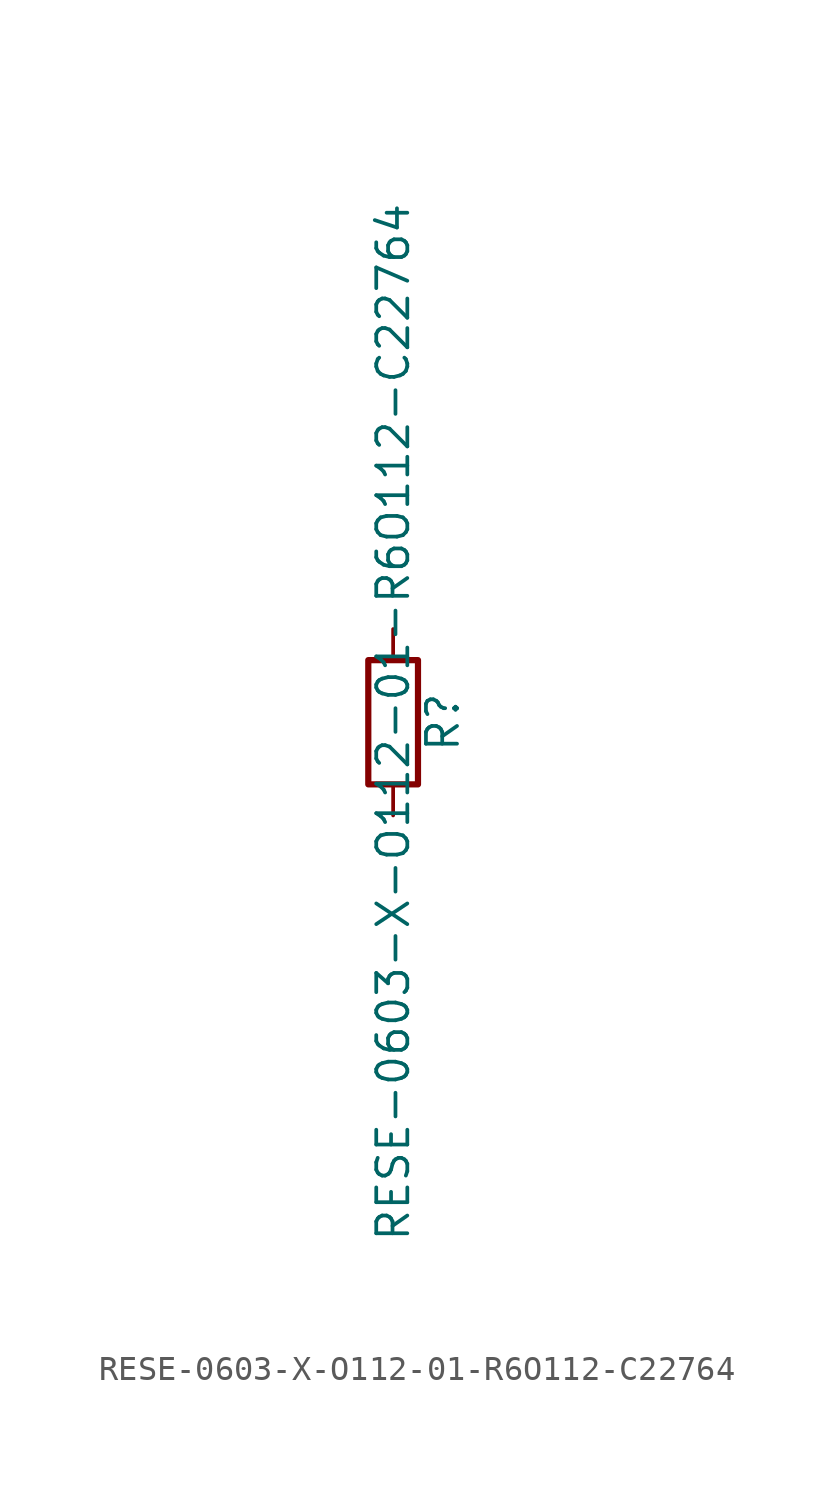
<source format=kicad_sym>
(kicad_symbol_lib
  (version 20211014)
  (generator kicad_symbol_editor)
  (symbol "RESE-0603-X-O112-01-R6O112-C22764"
    (pin_numbers hide)
    (pin_names
      (offset 0))
    (property "Reference" "R"
      (at 2.032 0 90)
      (effects (font (size 1.27 1.27))))
    (property "Value" "RESE-0603-X-O112-01-R6O112-C22764"
      (at 0 0 90)
      (effects (font (size 1.27 1.27))))
    (symbol "RESE-0603-X-O112-01-R6O112-C22764_0_1"
      (rectangle (start -1.016 -2.54) (end 1.016 2.54) (stroke (width 0.254) (type default) (color 0 0 0 0)) (fill (type none))))
    (symbol "RESE-0603-X-O112-01-R6O112-C22764_1_1"
      (pin passive line (at 0 3.81 270) (length 1.27) (name "~" (effects (font (size 1.27 1.27)))) (number "1" (effects (font (size 1.27 1.27)))))
      (pin passive line (at 0 -3.81 90) (length 1.27) (name "~" (effects (font (size 1.27 1.27)))) (number "2" (effects (font (size 1.27 1.27))))))))
</source>
